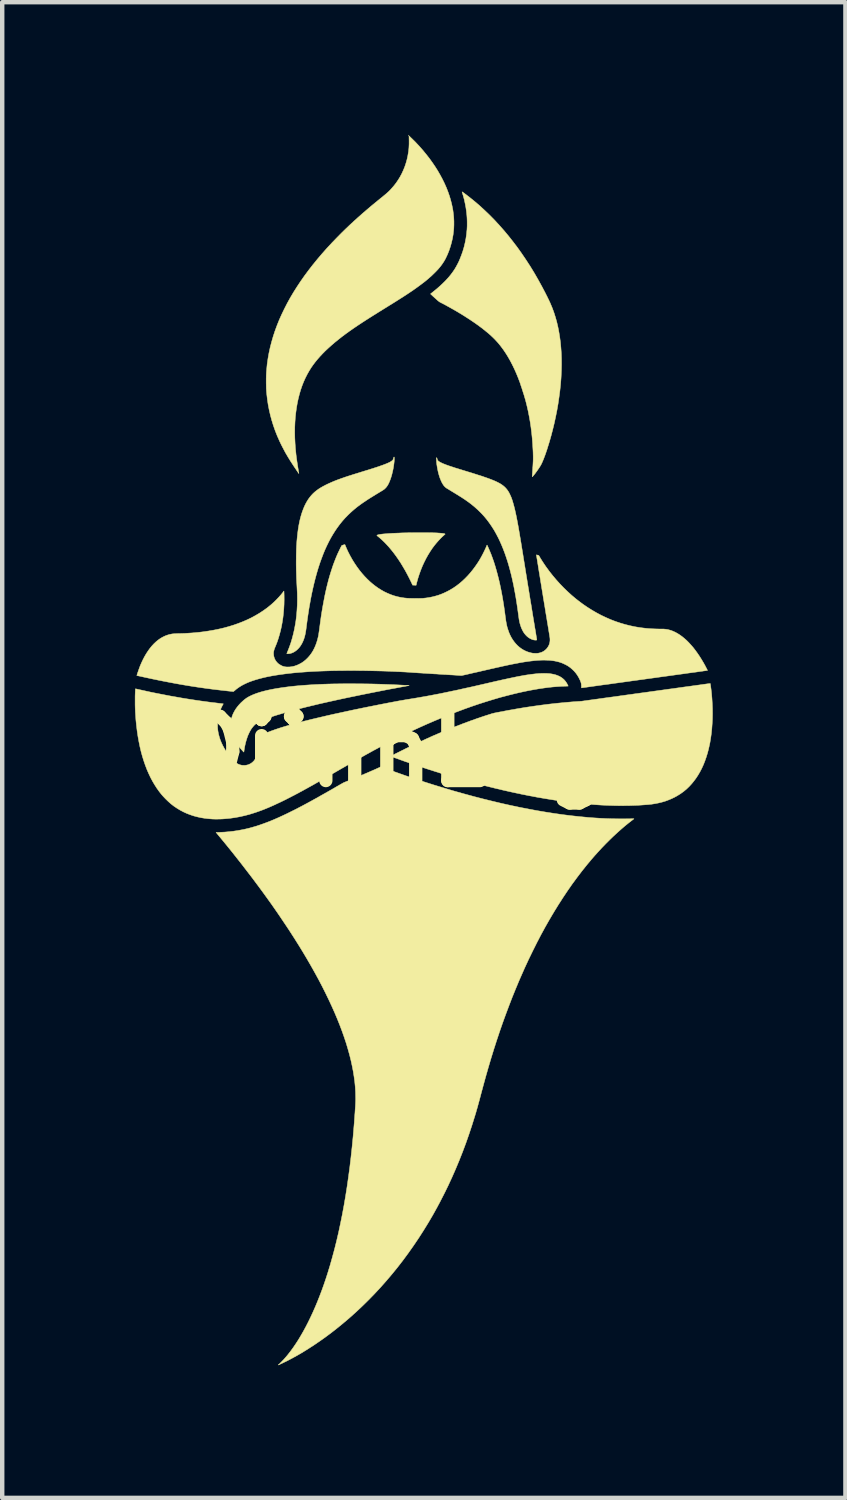
<source format=kicad_pcb>
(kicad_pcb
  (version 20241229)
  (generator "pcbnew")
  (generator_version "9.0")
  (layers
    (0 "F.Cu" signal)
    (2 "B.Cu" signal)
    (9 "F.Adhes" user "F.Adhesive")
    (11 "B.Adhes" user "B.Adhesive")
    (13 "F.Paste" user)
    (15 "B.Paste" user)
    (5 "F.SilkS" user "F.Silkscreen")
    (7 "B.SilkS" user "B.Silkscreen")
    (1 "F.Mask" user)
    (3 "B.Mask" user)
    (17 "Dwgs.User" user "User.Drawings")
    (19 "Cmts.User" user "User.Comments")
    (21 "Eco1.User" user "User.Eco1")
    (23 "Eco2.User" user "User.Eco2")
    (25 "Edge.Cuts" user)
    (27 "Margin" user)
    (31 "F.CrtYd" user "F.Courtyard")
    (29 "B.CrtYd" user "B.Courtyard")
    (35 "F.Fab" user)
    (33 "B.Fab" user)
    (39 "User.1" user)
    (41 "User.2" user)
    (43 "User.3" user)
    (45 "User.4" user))
  (footprint "DjinnLogo"
    (layer "F.Cu")
    (at 6.531 13.91)
    (property "Reference" "DjinnLogo" (at 0 0 0) (layer "F.SilkS") (effects (font (size 1.524 1.524) (thickness 0.3))))
    (attr through_hole)
    (fp_poly (pts (xy -0.337 -13.903) (xy -0.337 -13.903) (xy -0.336 -13.897) (xy -0.336 -13.895) (xy -0.336 -13.892) (xy -0.338 -13.892) (xy -0.341 -13.894) (xy -0.341 -13.897) (xy -0.34 -13.902) (xy -0.338 -13.905) (xy -0.337 -13.903)) (stroke (width 0.01) (type solid)) (fill yes) (layer "F.SilkS"))
    (fp_poly (pts (xy -0.049 -4.915) (xy -0.01 -4.915) (xy 0.028 -4.915) (xy 0.065 -4.915) (xy 0.1 -4.915) (xy 0.133 -4.914) (xy 0.164 -4.914) (xy 0.191 -4.914) (xy 0.216 -4.913) (xy 0.237 -4.913) (xy 0.253 -4.912) (xy 0.262 -4.912) (xy 0.305 -4.91) (xy 0.343 -4.907) (xy 0.376 -4.905) (xy 0.405 -4.902) (xy 0.429 -4.9) (xy 0.448 -4.897) (xy 0.464 -4.894) (xy 0.474 -4.891) (xy 0.481 -4.887) (xy 0.482 -4.886) (xy 0.484 -4.883) (xy 0.482 -4.88) (xy 0.478 -4.877) (xy 0.447 -4.849) (xy 0.413 -4.818) (xy 0.379 -4.784) (xy 0.345 -4.748) (xy 0.311 -4.71) (xy 0.279 -4.673) (xy 0.248 -4.635) (xy 0.246 -4.633) (xy 0.193 -4.562) (xy 0.143 -4.487) (xy 0.095 -4.409) (xy 0.05 -4.328) (xy 0.008 -4.244) (xy -0.032 -4.157) (xy -0.068 -4.067) (xy -0.101 -3.976) (xy -0.131 -3.883) (xy -0.157 -3.789) (xy -0.162 -3.769) (xy -0.172 -3.727) (xy -0.183 -3.727) (xy -0.189 -3.728) (xy -0.199 -3.728) (xy -0.211 -3.729) (xy -0.223 -3.729) (xy -0.252 -3.73) (xy -0.276 -3.783) (xy -0.322 -3.877) (xy -0.37 -3.97) (xy -0.419 -4.061) (xy -0.471 -4.149) (xy -0.523 -4.235) (xy -0.577 -4.317) (xy -0.632 -4.395) (xy -0.688 -4.47) (xy -0.732 -4.525) (xy -0.781 -4.584) (xy -0.832 -4.64) (xy -0.883 -4.694) (xy -0.935 -4.744) (xy -0.987 -4.791) (xy -1.031 -4.828) (xy -1.044 -4.838) (xy -1.053 -4.847) (xy -1.058 -4.852) (xy -1.06 -4.855) (xy -1.06 -4.855) (xy -1.056 -4.859) (xy -1.048 -4.863) (xy -1.035 -4.867) (xy -1.019 -4.871) (xy -1 -4.875) (xy -0.977 -4.879) (xy -0.955 -4.882) (xy -0.929 -4.885) (xy -0.9 -4.888) (xy -0.869 -4.89) (xy -0.835 -4.893) (xy -0.798 -4.896) (xy -0.758 -4.898) (xy -0.715 -4.901) (xy -0.668 -4.903) (xy -0.617 -4.905) (xy -0.563 -4.907) (xy -0.504 -4.91) (xy -0.44 -4.912) (xy -0.438 -4.912) (xy -0.42 -4.912) (xy -0.398 -4.913) (xy -0.372 -4.913) (xy -0.343 -4.914) (xy -0.312 -4.914) (xy -0.278 -4.914) (xy -0.242 -4.915) (xy -0.205 -4.915) (xy -0.167 -4.915) (xy -0.127 -4.915) (xy -0.088 -4.915) (xy -0.049 -4.915)) (stroke (width 0.01) (type solid)) (fill yes) (layer "F.SilkS"))
    (fp_poly (pts (xy -1.562 -1.499) (xy -1.481 -1.498) (xy -1.403 -1.498) (xy -1.327 -1.497) (xy -1.253 -1.496) (xy -1.181 -1.495) (xy -1.108 -1.493) (xy -1.035 -1.491) (xy -0.961 -1.489) (xy -0.886 -1.486) (xy -0.807 -1.483) (xy -0.725 -1.48) (xy -0.667 -1.478) (xy -0.639 -1.476) (xy -0.61 -1.475) (xy -0.581 -1.474) (xy -0.551 -1.472) (xy -0.522 -1.471) (xy -0.493 -1.469) (xy -0.466 -1.468) (xy -0.44 -1.466) (xy -0.415 -1.465) (xy -0.393 -1.464) (xy -0.374 -1.463) (xy -0.357 -1.462) (xy -0.344 -1.461) (xy -0.335 -1.46) (xy -0.329 -1.459) (xy -0.328 -1.459) (xy -0.331 -1.459) (xy -0.337 -1.457) (xy -0.347 -1.455) (xy -0.36 -1.453) (xy -0.376 -1.45) (xy -0.394 -1.447) (xy -0.414 -1.443) (xy -0.423 -1.441) (xy -0.53 -1.422) (xy -0.639 -1.401) (xy -0.749 -1.381) (xy -0.859 -1.36) (xy -0.97 -1.338) (xy -1.082 -1.316) (xy -1.193 -1.294) (xy -1.303 -1.272) (xy -1.413 -1.25) (xy -1.522 -1.227) (xy -1.629 -1.205) (xy -1.735 -1.183) (xy -1.839 -1.161) (xy -1.94 -1.139) (xy -2.039 -1.117) (xy -2.135 -1.096) (xy -2.228 -1.075) (xy -2.317 -1.055) (xy -2.403 -1.035) (xy -2.484 -1.015) (xy -2.549 -1) (xy -2.583 -0.991) (xy -2.613 -0.984) (xy -2.64 -0.978) (xy -2.663 -0.972) (xy -2.683 -0.967) (xy -2.702 -0.962) (xy -2.718 -0.958) (xy -2.734 -0.954) (xy -2.749 -0.95) (xy -2.764 -0.947) (xy -2.779 -0.943) (xy -2.795 -0.939) (xy -2.805 -0.936) (xy -2.898 -0.912) (xy -2.988 -0.888) (xy -3.072 -0.864) (xy -3.153 -0.842) (xy -3.228 -0.819) (xy -3.3 -0.798) (xy -3.367 -0.777) (xy -3.43 -0.756) (xy -3.49 -0.735) (xy -3.545 -0.715) (xy -3.596 -0.696) (xy -3.644 -0.677) (xy -3.687 -0.658) (xy -3.701 -0.652) (xy -3.714 -0.646) (xy -3.727 -0.639) (xy -3.738 -0.633) (xy -3.746 -0.629) (xy -3.777 -0.608) (xy -3.808 -0.583) (xy -3.838 -0.555) (xy -3.866 -0.522) (xy -3.893 -0.487) (xy -3.909 -0.462) (xy -3.917 -0.448) (xy -3.927 -0.43) (xy -3.937 -0.411) (xy -3.948 -0.39) (xy -3.958 -0.368) (xy -3.967 -0.348) (xy -3.975 -0.33) (xy -3.978 -0.324) (xy -3.995 -0.275) (xy -4.012 -0.223) (xy -4.027 -0.169) (xy -4.04 -0.114) (xy -4.051 -0.06) (xy -4.059 -0.007) (xy -4.062 0.01) (xy -4.063 0.023) (xy -4.065 0.032) (xy -4.066 0.038) (xy -4.066 0.042) (xy -4.067 0.044) (xy -4.068 0.045) (xy -4.069 0.045) (xy -4.069 0.045) (xy -4.071 0.043) (xy -4.076 0.039) (xy -4.082 0.032) (xy -4.091 0.023) (xy -4.097 0.017) (xy -4.144 -0.037) (xy -4.187 -0.091) (xy -4.226 -0.147) (xy -4.26 -0.203) (xy -4.289 -0.26) (xy -4.314 -0.317) (xy -4.326 -0.352) (xy -4.343 -0.408) (xy -4.355 -0.463) (xy -4.362 -0.517) (xy -4.364 -0.571) (xy -4.362 -0.624) (xy -4.355 -0.677) (xy -4.343 -0.729) (xy -4.327 -0.78) (xy -4.306 -0.83) (xy -4.28 -0.88) (xy -4.25 -0.929) (xy -4.215 -0.977) (xy -4.176 -1.024) (xy -4.132 -1.071) (xy -4.088 -1.111) (xy -4.062 -1.134) (xy -4.036 -1.154) (xy -4.011 -1.173) (xy -3.985 -1.189) (xy -3.956 -1.206) (xy -3.924 -1.222) (xy -3.921 -1.224) (xy -3.871 -1.247) (xy -3.817 -1.269) (xy -3.758 -1.29) (xy -3.695 -1.31) (xy -3.627 -1.329) (xy -3.555 -1.347) (xy -3.478 -1.364) (xy -3.397 -1.38) (xy -3.312 -1.395) (xy -3.222 -1.409) (xy -3.128 -1.422) (xy -3.03 -1.435) (xy -2.928 -1.446) (xy -2.821 -1.456) (xy -2.711 -1.465) (xy -2.596 -1.473) (xy -2.477 -1.48) (xy -2.355 -1.486) (xy -2.348 -1.486) (xy -2.3 -1.488) (xy -2.255 -1.49) (xy -2.212 -1.491) (xy -2.169 -1.493) (xy -2.128 -1.494) (xy -2.086 -1.495) (xy -2.044 -1.496) (xy -2.002 -1.497) (xy -1.958 -1.497) (xy -1.912 -1.498) (xy -1.864 -1.498) (xy -1.813 -1.499) (xy -1.759 -1.499) (xy -1.701 -1.499) (xy -1.647 -1.499) (xy -1.562 -1.499)) (stroke (width 0.01) (type solid)) (fill yes) (layer "F.SilkS"))
    (fp_poly (pts (xy 6.479 -1.503) (xy 6.48 -1.496) (xy 6.482 -1.485) (xy 6.484 -1.471) (xy 6.487 -1.454) (xy 6.489 -1.436) (xy 6.492 -1.415) (xy 6.495 -1.394) (xy 6.498 -1.372) (xy 6.5 -1.35) (xy 6.503 -1.328) (xy 6.505 -1.307) (xy 6.507 -1.293) (xy 6.517 -1.173) (xy 6.524 -1.054) (xy 6.529 -0.936) (xy 6.53 -0.819) (xy 6.528 -0.704) (xy 6.522 -0.591) (xy 6.514 -0.48) (xy 6.503 -0.371) (xy 6.488 -0.265) (xy 6.471 -0.163) (xy 6.463 -0.125) (xy 6.441 -0.026) (xy 6.416 0.069) (xy 6.388 0.16) (xy 6.357 0.248) (xy 6.324 0.332) (xy 6.287 0.413) (xy 6.247 0.49) (xy 6.204 0.564) (xy 6.159 0.633) (xy 6.11 0.699) (xy 6.059 0.762) (xy 6.005 0.821) (xy 5.948 0.876) (xy 5.888 0.927) (xy 5.855 0.952) (xy 5.797 0.993) (xy 5.735 1.031) (xy 5.671 1.067) (xy 5.604 1.099) (xy 5.535 1.128) (xy 5.465 1.154) (xy 5.465 1.154) (xy 5.391 1.176) (xy 5.314 1.195) (xy 5.234 1.211) (xy 5.152 1.224) (xy 5.076 1.232) (xy 4.997 1.238) (xy 4.913 1.244) (xy 4.826 1.249) (xy 4.737 1.252) (xy 4.646 1.255) (xy 4.553 1.256) (xy 4.461 1.257) (xy 4.368 1.256) (xy 4.344 1.256) (xy 4.183 1.251) (xy 4.019 1.244) (xy 3.851 1.233) (xy 3.68 1.219) (xy 3.506 1.202) (xy 3.328 1.182) (xy 3.148 1.158) (xy 2.964 1.132) (xy 2.778 1.102) (xy 2.588 1.07) (xy 2.396 1.034) (xy 2.201 0.995) (xy 2.004 0.953) (xy 1.803 0.908) (xy 1.601 0.86) (xy 1.396 0.809) (xy 1.188 0.755) (xy 0.978 0.698) (xy 0.939 0.687) (xy 0.669 0.609) (xy 0.398 0.528) (xy 0.126 0.442) (xy -0.146 0.353) (xy -0.416 0.26) (xy -0.665 0.171) (xy -0.684 0.164) (xy -0.701 0.158) (xy -0.716 0.152) (xy -0.728 0.147) (xy -0.737 0.144) (xy -0.743 0.141) (xy -0.745 0.14) (xy -0.743 0.139) (xy -0.737 0.135) (xy -0.727 0.13) (xy -0.714 0.122) (xy -0.697 0.114) (xy -0.677 0.103) (xy -0.654 0.091) (xy -0.629 0.078) (xy -0.601 0.064) (xy -0.57 0.049) (xy -0.538 0.033) (xy -0.504 0.016) (xy -0.485 0.006) (xy -0.314 -0.079) (xy -0.141 -0.161) (xy 0.032 -0.241) (xy 0.204 -0.319) (xy 0.377 -0.393) (xy 0.548 -0.465) (xy 0.719 -0.533) (xy 0.889 -0.598) (xy 1.056 -0.66) (xy 1.222 -0.719) (xy 1.386 -0.774) (xy 1.5 -0.81) (xy 1.516 -0.815) (xy 1.53 -0.82) (xy 1.544 -0.824) (xy 1.558 -0.828) (xy 1.572 -0.831) (xy 1.587 -0.835) (xy 1.603 -0.839) (xy 1.622 -0.842) (xy 1.643 -0.847) (xy 1.667 -0.852) (xy 1.696 -0.857) (xy 1.712 -0.86) (xy 1.905 -0.897) (xy 2.097 -0.931) (xy 2.288 -0.963) (xy 2.476 -0.991) (xy 2.663 -1.017) (xy 2.846 -1.04) (xy 3.027 -1.06) (xy 3.205 -1.077) (xy 3.38 -1.092) (xy 3.486 -1.099) (xy 3.505 -1.1) (xy 3.522 -1.101) (xy 3.538 -1.103) (xy 3.551 -1.104) (xy 3.561 -1.104) (xy 3.568 -1.105) (xy 3.569 -1.105) (xy 3.572 -1.105) (xy 3.58 -1.106) (xy 3.592 -1.108) (xy 3.608 -1.11) (xy 3.628 -1.113) (xy 3.652 -1.116) (xy 3.679 -1.12) (xy 3.709 -1.124) (xy 3.742 -1.129) (xy 3.779 -1.134) (xy 3.818 -1.139) (xy 3.859 -1.145) (xy 3.903 -1.151) (xy 3.949 -1.157) (xy 3.996 -1.164) (xy 4.046 -1.171) (xy 4.096 -1.178) (xy 4.148 -1.185) (xy 4.164 -1.187) (xy 4.244 -1.198) (xy 4.319 -1.208) (xy 4.391 -1.218) (xy 4.458 -1.228) (xy 4.522 -1.236) (xy 4.583 -1.245) (xy 4.64 -1.253) (xy 4.695 -1.26) (xy 4.748 -1.268) (xy 4.798 -1.275) (xy 4.846 -1.281) (xy 4.893 -1.288) (xy 4.939 -1.294) (xy 4.983 -1.3) (xy 5.026 -1.306) (xy 5.07 -1.312) (xy 5.112 -1.318) (xy 5.155 -1.324) (xy 5.199 -1.33) (xy 5.243 -1.336) (xy 5.287 -1.342) (xy 5.333 -1.349) (xy 5.381 -1.355) (xy 5.43 -1.362) (xy 5.481 -1.369) (xy 5.535 -1.377) (xy 5.591 -1.384) (xy 5.65 -1.392) (xy 5.713 -1.401) (xy 5.778 -1.41) (xy 5.828 -1.417) (xy 5.883 -1.425) (xy 5.936 -1.432) (xy 5.989 -1.439) (xy 6.039 -1.446) (xy 6.088 -1.453) (xy 6.135 -1.459) (xy 6.18 -1.466) (xy 6.222 -1.471) (xy 6.262 -1.477) (xy 6.299 -1.482) (xy 6.333 -1.487) (xy 6.364 -1.491) (xy 6.392 -1.495) (xy 6.416 -1.498) (xy 6.437 -1.501) (xy 6.453 -1.503) (xy 6.466 -1.504) (xy 6.474 -1.505) (xy 6.478 -1.506) (xy 6.478 -1.506) (xy 6.479 -1.503)) (stroke (width 0.01) (type solid)) (fill yes) (layer "F.SilkS"))
    (fp_poly (pts (xy 0.295 -6.609) (xy 0.298 -6.602) (xy 0.302 -6.59) (xy 0.306 -6.579) (xy 0.309 -6.567) (xy 0.312 -6.559) (xy 0.316 -6.552) (xy 0.321 -6.546) (xy 0.322 -6.544) (xy 0.333 -6.534) (xy 0.347 -6.524) (xy 0.365 -6.512) (xy 0.387 -6.501) (xy 0.413 -6.488) (xy 0.442 -6.475) (xy 0.476 -6.462) (xy 0.514 -6.447) (xy 0.556 -6.432) (xy 0.603 -6.416) (xy 0.641 -6.404) (xy 0.656 -6.399) (xy 0.672 -6.393) (xy 0.689 -6.388) (xy 0.706 -6.382) (xy 0.726 -6.376) (xy 0.747 -6.37) (xy 0.77 -6.363) (xy 0.795 -6.355) (xy 0.823 -6.346) (xy 0.854 -6.337) (xy 0.888 -6.326) (xy 0.925 -6.315) (xy 0.967 -6.302) (xy 1.013 -6.288) (xy 1.027 -6.284) (xy 1.098 -6.262) (xy 1.164 -6.241) (xy 1.226 -6.221) (xy 1.284 -6.203) (xy 1.339 -6.185) (xy 1.389 -6.167) (xy 1.436 -6.151) (xy 1.48 -6.135) (xy 1.52 -6.12) (xy 1.558 -6.105) (xy 1.592 -6.091) (xy 1.624 -6.077) (xy 1.654 -6.063) (xy 1.681 -6.049) (xy 1.707 -6.036) (xy 1.73 -6.023) (xy 1.751 -6.009) (xy 1.771 -5.996) (xy 1.79 -5.982) (xy 1.793 -5.98) (xy 1.815 -5.962) (xy 1.837 -5.942) (xy 1.857 -5.921) (xy 1.877 -5.898) (xy 1.895 -5.874) (xy 1.913 -5.847) (xy 1.93 -5.818) (xy 1.946 -5.786) (xy 1.962 -5.752) (xy 1.978 -5.715) (xy 1.993 -5.675) (xy 2.007 -5.632) (xy 2.021 -5.585) (xy 2.035 -5.535) (xy 2.049 -5.482) (xy 2.063 -5.424) (xy 2.077 -5.362) (xy 2.091 -5.296) (xy 2.105 -5.226) (xy 2.115 -5.174) (xy 2.119 -5.15) (xy 2.124 -5.126) (xy 2.128 -5.103) (xy 2.133 -5.078) (xy 2.137 -5.054) (xy 2.142 -5.029) (xy 2.146 -5.002) (xy 2.151 -4.975) (xy 2.156 -4.946) (xy 2.161 -4.916) (xy 2.167 -4.884) (xy 2.172 -4.85) (xy 2.178 -4.814) (xy 2.185 -4.776) (xy 2.191 -4.735) (xy 2.199 -4.692) (xy 2.206 -4.645) (xy 2.214 -4.596) (xy 2.223 -4.543) (xy 2.232 -4.486) (xy 2.242 -4.426) (xy 2.252 -4.362) (xy 2.263 -4.294) (xy 2.275 -4.222) (xy 2.285 -4.16) (xy 2.307 -4.021) (xy 2.329 -3.887) (xy 2.35 -3.756) (xy 2.371 -3.63) (xy 2.391 -3.507) (xy 2.41 -3.388) (xy 2.43 -3.271) (xy 2.448 -3.158) (xy 2.466 -3.047) (xy 2.484 -2.938) (xy 2.502 -2.832) (xy 2.512 -2.769) (xy 2.518 -2.735) (xy 2.524 -2.702) (xy 2.529 -2.67) (xy 2.534 -2.641) (xy 2.538 -2.613) (xy 2.542 -2.588) (xy 2.546 -2.565) (xy 2.549 -2.546) (xy 2.552 -2.529) (xy 2.554 -2.517) (xy 2.555 -2.509) (xy 2.556 -2.505) (xy 2.556 -2.497) (xy 2.556 -2.492) (xy 2.555 -2.49) (xy 2.552 -2.488) (xy 2.551 -2.488) (xy 2.543 -2.486) (xy 2.532 -2.486) (xy 2.519 -2.486) (xy 2.505 -2.488) (xy 2.495 -2.489) (xy 2.469 -2.495) (xy 2.442 -2.505) (xy 2.415 -2.517) (xy 2.389 -2.532) (xy 2.364 -2.549) (xy 2.363 -2.549) (xy 2.33 -2.577) (xy 2.3 -2.608) (xy 2.272 -2.643) (xy 2.247 -2.682) (xy 2.225 -2.725) (xy 2.204 -2.772) (xy 2.187 -2.823) (xy 2.174 -2.866) (xy 2.17 -2.883) (xy 2.167 -2.899) (xy 2.163 -2.915) (xy 2.16 -2.932) (xy 2.156 -2.951) (xy 2.153 -2.972) (xy 2.15 -2.996) (xy 2.146 -3.023) (xy 2.142 -3.055) (xy 2.141 -3.06) (xy 2.122 -3.199) (xy 2.102 -3.334) (xy 2.081 -3.465) (xy 2.058 -3.591) (xy 2.035 -3.713) (xy 2.01 -3.83) (xy 1.984 -3.944) (xy 1.956 -4.054) (xy 1.927 -4.16) (xy 1.897 -4.262) (xy 1.865 -4.36) (xy 1.832 -4.455) (xy 1.797 -4.547) (xy 1.761 -4.635) (xy 1.724 -4.719) (xy 1.685 -4.801) (xy 1.644 -4.879) (xy 1.602 -4.955) (xy 1.589 -4.977) (xy 1.536 -5.06) (xy 1.481 -5.14) (xy 1.423 -5.217) (xy 1.362 -5.29) (xy 1.297 -5.36) (xy 1.228 -5.428) (xy 1.156 -5.493) (xy 1.08 -5.556) (xy 1.031 -5.593) (xy 1.01 -5.609) (xy 0.988 -5.624) (xy 0.966 -5.64) (xy 0.943 -5.656) (xy 0.92 -5.672) (xy 0.895 -5.688) (xy 0.868 -5.706) (xy 0.84 -5.724) (xy 0.809 -5.743) (xy 0.776 -5.764) (xy 0.74 -5.786) (xy 0.701 -5.81) (xy 0.658 -5.836) (xy 0.614 -5.863) (xy 0.589 -5.878) (xy 0.569 -5.891) (xy 0.552 -5.901) (xy 0.537 -5.91) (xy 0.525 -5.917) (xy 0.516 -5.923) (xy 0.508 -5.928) (xy 0.502 -5.933) (xy 0.496 -5.937) (xy 0.492 -5.941) (xy 0.488 -5.945) (xy 0.483 -5.949) (xy 0.479 -5.953) (xy 0.458 -5.975) (xy 0.439 -6.002) (xy 0.42 -6.033) (xy 0.402 -6.067) (xy 0.385 -6.106) (xy 0.368 -6.148) (xy 0.353 -6.192) (xy 0.339 -6.24) (xy 0.326 -6.29) (xy 0.315 -6.343) (xy 0.305 -6.397) (xy 0.296 -6.454) (xy 0.292 -6.488) (xy 0.29 -6.505) (xy 0.289 -6.522) (xy 0.288 -6.54) (xy 0.287 -6.558) (xy 0.286 -6.574) (xy 0.286 -6.588) (xy 0.287 -6.599) (xy 0.287 -6.607) (xy 0.289 -6.611) (xy 0.289 -6.611) (xy 0.292 -6.612) (xy 0.295 -6.609)) (stroke (width 0.01) (type solid)) (fill yes) (layer "F.SilkS"))
    (fp_poly (pts (xy -0.669 -6.626) (xy -0.667 -6.622) (xy -0.666 -6.614) (xy -0.665 -6.603) (xy -0.665 -6.587) (xy -0.665 -6.567) (xy -0.665 -6.566) (xy -0.668 -6.522) (xy -0.673 -6.476) (xy -0.68 -6.426) (xy -0.688 -6.376) (xy -0.698 -6.325) (xy -0.71 -6.274) (xy -0.722 -6.224) (xy -0.736 -6.177) (xy -0.744 -6.152) (xy -0.759 -6.11) (xy -0.774 -6.072) (xy -0.789 -6.038) (xy -0.804 -6.008) (xy -0.82 -5.981) (xy -0.837 -5.956) (xy -0.855 -5.934) (xy -0.87 -5.919) (xy -0.877 -5.912) (xy -0.884 -5.905) (xy -0.891 -5.9) (xy -0.897 -5.894) (xy -0.905 -5.889) (xy -0.915 -5.882) (xy -0.926 -5.875) (xy -0.94 -5.866) (xy -0.958 -5.855) (xy -0.959 -5.855) (xy -0.998 -5.831) (xy -1.034 -5.809) (xy -1.066 -5.79) (xy -1.095 -5.772) (xy -1.12 -5.756) (xy -1.144 -5.742) (xy -1.164 -5.729) (xy -1.183 -5.718) (xy -1.2 -5.707) (xy -1.215 -5.698) (xy -1.229 -5.689) (xy -1.242 -5.68) (xy -1.255 -5.673) (xy -1.267 -5.665) (xy -1.278 -5.657) (xy -1.29 -5.649) (xy -1.303 -5.641) (xy -1.315 -5.632) (xy -1.323 -5.627) (xy -1.38 -5.589) (xy -1.432 -5.552) (xy -1.482 -5.515) (xy -1.529 -5.479) (xy -1.573 -5.442) (xy -1.616 -5.405) (xy -1.659 -5.366) (xy -1.701 -5.326) (xy -1.719 -5.308) (xy -1.748 -5.278) (xy -1.775 -5.251) (xy -1.799 -5.224) (xy -1.823 -5.197) (xy -1.847 -5.169) (xy -1.852 -5.163) (xy -1.906 -5.095) (xy -1.959 -5.023) (xy -2.009 -4.949) (xy -2.058 -4.871) (xy -2.105 -4.79) (xy -2.15 -4.705) (xy -2.193 -4.617) (xy -2.235 -4.525) (xy -2.274 -4.43) (xy -2.312 -4.33) (xy -2.349 -4.227) (xy -2.384 -4.12) (xy -2.417 -4.009) (xy -2.449 -3.894) (xy -2.479 -3.774) (xy -2.508 -3.65) (xy -2.528 -3.558) (xy -2.544 -3.48) (xy -2.56 -3.397) (xy -2.575 -3.311) (xy -2.591 -3.223) (xy -2.605 -3.133) (xy -2.619 -3.042) (xy -2.632 -2.952) (xy -2.644 -2.862) (xy -2.653 -2.793) (xy -2.659 -2.745) (xy -2.665 -2.702) (xy -2.672 -2.663) (xy -2.678 -2.627) (xy -2.686 -2.593) (xy -2.694 -2.562) (xy -2.703 -2.532) (xy -2.713 -2.503) (xy -2.724 -2.475) (xy -2.736 -2.447) (xy -2.736 -2.446) (xy -2.758 -2.403) (xy -2.782 -2.363) (xy -2.808 -2.327) (xy -2.837 -2.294) (xy -2.868 -2.264) (xy -2.9 -2.239) (xy -2.934 -2.217) (xy -2.969 -2.2) (xy -3.006 -2.187) (xy -3.014 -2.185) (xy -3.027 -2.182) (xy -3.041 -2.18) (xy -3.055 -2.178) (xy -3.069 -2.178) (xy -3.08 -2.178) (xy -3.089 -2.178) (xy -3.091 -2.179) (xy -3.095 -2.181) (xy -3.096 -2.184) (xy -3.095 -2.187) (xy -3.092 -2.194) (xy -3.088 -2.204) (xy -3.083 -2.216) (xy -3.078 -2.23) (xy -3.075 -2.235) (xy -3.038 -2.329) (xy -3.004 -2.426) (xy -2.974 -2.527) (xy -2.947 -2.63) (xy -2.923 -2.737) (xy -2.903 -2.846) (xy -2.891 -2.92) (xy -2.876 -3.041) (xy -2.866 -3.164) (xy -2.859 -3.289) (xy -2.857 -3.415) (xy -2.859 -3.544) (xy -2.864 -3.65) (xy -2.868 -3.728) (xy -2.872 -3.803) (xy -2.876 -3.874) (xy -2.878 -3.942) (xy -2.88 -4.008) (xy -2.882 -4.072) (xy -2.883 -4.136) (xy -2.884 -4.199) (xy -2.884 -4.263) (xy -2.883 -4.327) (xy -2.883 -4.33) (xy -2.883 -4.38) (xy -2.882 -4.425) (xy -2.881 -4.468) (xy -2.88 -4.507) (xy -2.879 -4.545) (xy -2.877 -4.581) (xy -2.876 -4.617) (xy -2.873 -4.652) (xy -2.871 -4.689) (xy -2.869 -4.719) (xy -2.86 -4.817) (xy -2.85 -4.91) (xy -2.838 -4.999) (xy -2.824 -5.084) (xy -2.808 -5.165) (xy -2.79 -5.242) (xy -2.77 -5.314) (xy -2.748 -5.383) (xy -2.724 -5.448) (xy -2.699 -5.509) (xy -2.671 -5.567) (xy -2.641 -5.621) (xy -2.61 -5.671) (xy -2.576 -5.717) (xy -2.54 -5.761) (xy -2.536 -5.765) (xy -2.502 -5.801) (xy -2.465 -5.835) (xy -2.425 -5.867) (xy -2.382 -5.899) (xy -2.335 -5.929) (xy -2.285 -5.958) (xy -2.23 -5.987) (xy -2.197 -6.004) (xy -2.167 -6.018) (xy -2.139 -6.031) (xy -2.11 -6.044) (xy -2.082 -6.056) (xy -2.053 -6.069) (xy -2.024 -6.081) (xy -1.994 -6.093) (xy -1.963 -6.105) (xy -1.931 -6.117) (xy -1.897 -6.129) (xy -1.862 -6.142) (xy -1.824 -6.155) (xy -1.785 -6.169) (xy -1.742 -6.183) (xy -1.697 -6.198) (xy -1.648 -6.213) (xy -1.597 -6.23) (xy -1.541 -6.247) (xy -1.482 -6.265) (xy -1.419 -6.285) (xy -1.373 -6.299) (xy -1.312 -6.318) (xy -1.255 -6.335) (xy -1.202 -6.352) (xy -1.153 -6.367) (xy -1.108 -6.382) (xy -1.067 -6.395) (xy -1.028 -6.408) (xy -0.993 -6.42) (xy -0.96 -6.432) (xy -0.93 -6.442) (xy -0.902 -6.453) (xy -0.877 -6.462) (xy -0.853 -6.472) (xy -0.831 -6.481) (xy -0.81 -6.49) (xy -0.792 -6.498) (xy -0.767 -6.51) (xy -0.745 -6.523) (xy -0.726 -6.536) (xy -0.711 -6.548) (xy -0.7 -6.559) (xy -0.693 -6.57) (xy -0.691 -6.576) (xy -0.687 -6.59) (xy -0.683 -6.603) (xy -0.679 -6.614) (xy -0.676 -6.622) (xy -0.673 -6.627) (xy -0.671 -6.627) (xy -0.669 -6.626)) (stroke (width 0.01) (type solid)) (fill yes) (layer "F.SilkS"))
    (fp_poly (pts (xy 0.87 -12.622) (xy 0.875 -12.619) (xy 0.884 -12.613) (xy 0.896 -12.605) (xy 0.91 -12.595) (xy 0.926 -12.583) (xy 0.944 -12.569) (xy 0.963 -12.555) (xy 0.984 -12.539) (xy 1.005 -12.522) (xy 1.027 -12.506) (xy 1.049 -12.488) (xy 1.07 -12.471) (xy 1.092 -12.454) (xy 1.112 -12.438) (xy 1.131 -12.422) (xy 1.145 -12.411) (xy 1.262 -12.311) (xy 1.376 -12.206) (xy 1.489 -12.098) (xy 1.6 -11.985) (xy 1.708 -11.868) (xy 1.815 -11.747) (xy 1.919 -11.622) (xy 2.021 -11.493) (xy 2.121 -11.361) (xy 2.218 -11.224) (xy 2.313 -11.084) (xy 2.406 -10.941) (xy 2.496 -10.794) (xy 2.583 -10.643) (xy 2.668 -10.489) (xy 2.685 -10.457) (xy 2.706 -10.417) (xy 2.727 -10.377) (xy 2.748 -10.337) (xy 2.768 -10.297) (xy 2.788 -10.258) (xy 2.806 -10.22) (xy 2.824 -10.184) (xy 2.84 -10.15) (xy 2.854 -10.12) (xy 2.866 -10.093) (xy 2.867 -10.09) (xy 2.908 -9.992) (xy 2.945 -9.891) (xy 2.978 -9.787) (xy 3.008 -9.68) (xy 3.034 -9.57) (xy 3.056 -9.457) (xy 3.075 -9.341) (xy 3.091 -9.222) (xy 3.102 -9.1) (xy 3.111 -8.975) (xy 3.115 -8.847) (xy 3.116 -8.716) (xy 3.113 -8.582) (xy 3.107 -8.445) (xy 3.104 -8.394) (xy 3.093 -8.256) (xy 3.078 -8.116) (xy 3.059 -7.974) (xy 3.038 -7.83) (xy 3.013 -7.686) (xy 2.984 -7.541) (xy 2.953 -7.397) (xy 2.918 -7.253) (xy 2.881 -7.111) (xy 2.841 -6.97) (xy 2.798 -6.832) (xy 2.787 -6.796) (xy 2.767 -6.737) (xy 2.748 -6.682) (xy 2.729 -6.632) (xy 2.712 -6.586) (xy 2.695 -6.545) (xy 2.679 -6.508) (xy 2.664 -6.475) (xy 2.65 -6.448) (xy 2.64 -6.431) (xy 2.628 -6.411) (xy 2.615 -6.391) (xy 2.601 -6.369) (xy 2.586 -6.348) (xy 2.571 -6.326) (xy 2.556 -6.304) (xy 2.54 -6.283) (xy 2.526 -6.263) (xy 2.512 -6.245) (xy 2.498 -6.228) (xy 2.487 -6.213) (xy 2.476 -6.201) (xy 2.467 -6.191) (xy 2.461 -6.185) (xy 2.456 -6.182) (xy 2.455 -6.181) (xy 2.454 -6.182) (xy 2.453 -6.185) (xy 2.453 -6.191) (xy 2.453 -6.201) (xy 2.453 -6.206) (xy 2.454 -6.217) (xy 2.455 -6.233) (xy 2.456 -6.252) (xy 2.458 -6.273) (xy 2.459 -6.296) (xy 2.461 -6.32) (xy 2.462 -6.344) (xy 2.464 -6.367) (xy 2.465 -6.39) (xy 2.467 -6.41) (xy 2.468 -6.421) (xy 2.47 -6.46) (xy 2.472 -6.498) (xy 2.474 -6.535) (xy 2.475 -6.572) (xy 2.475 -6.61) (xy 2.475 -6.648) (xy 2.474 -6.688) (xy 2.473 -6.731) (xy 2.471 -6.775) (xy 2.468 -6.824) (xy 2.465 -6.875) (xy 2.463 -6.914) (xy 2.453 -7.045) (xy 2.44 -7.175) (xy 2.424 -7.303) (xy 2.405 -7.429) (xy 2.383 -7.552) (xy 2.359 -7.673) (xy 2.332 -7.791) (xy 2.303 -7.906) (xy 2.271 -8.015) (xy 2.264 -8.039) (xy 2.255 -8.066) (xy 2.246 -8.094) (xy 2.237 -8.123) (xy 2.227 -8.153) (xy 2.218 -8.183) (xy 2.208 -8.211) (xy 2.199 -8.238) (xy 2.191 -8.263) (xy 2.184 -8.285) (xy 2.178 -8.303) (xy 2.177 -8.306) (xy 2.137 -8.412) (xy 2.095 -8.515) (xy 2.051 -8.614) (xy 2.005 -8.709) (xy 1.957 -8.801) (xy 1.907 -8.889) (xy 1.855 -8.973) (xy 1.801 -9.053) (xy 1.745 -9.128) (xy 1.688 -9.199) (xy 1.676 -9.213) (xy 1.634 -9.259) (xy 1.588 -9.307) (xy 1.537 -9.356) (xy 1.482 -9.406) (xy 1.422 -9.456) (xy 1.358 -9.508) (xy 1.291 -9.56) (xy 1.219 -9.613) (xy 1.144 -9.666) (xy 1.064 -9.72) (xy 0.981 -9.774) (xy 0.895 -9.829) (xy 0.805 -9.884) (xy 0.794 -9.891) (xy 0.755 -9.914) (xy 0.714 -9.938) (xy 0.672 -9.962) (xy 0.629 -9.986) (xy 0.587 -10.01) (xy 0.545 -10.033) (xy 0.504 -10.056) (xy 0.465 -10.077) (xy 0.429 -10.096) (xy 0.395 -10.113) (xy 0.38 -10.121) (xy 0.368 -10.127) (xy 0.358 -10.133) (xy 0.348 -10.139) (xy 0.338 -10.148) (xy 0.325 -10.158) (xy 0.32 -10.162) (xy 0.307 -10.173) (xy 0.293 -10.186) (xy 0.278 -10.2) (xy 0.262 -10.214) (xy 0.246 -10.228) (xy 0.23 -10.243) (xy 0.214 -10.257) (xy 0.2 -10.27) (xy 0.187 -10.283) (xy 0.175 -10.293) (xy 0.166 -10.302) (xy 0.159 -10.309) (xy 0.155 -10.313) (xy 0.154 -10.314) (xy 0.156 -10.316) (xy 0.161 -10.321) (xy 0.168 -10.327) (xy 0.178 -10.334) (xy 0.185 -10.34) (xy 0.241 -10.385) (xy 0.297 -10.431) (xy 0.351 -10.478) (xy 0.403 -10.526) (xy 0.452 -10.573) (xy 0.499 -10.62) (xy 0.542 -10.667) (xy 0.581 -10.711) (xy 0.582 -10.713) (xy 0.625 -10.767) (xy 0.664 -10.82) (xy 0.7 -10.874) (xy 0.733 -10.929) (xy 0.764 -10.987) (xy 0.794 -11.047) (xy 0.813 -11.091) (xy 0.85 -11.184) (xy 0.883 -11.277) (xy 0.911 -11.372) (xy 0.934 -11.467) (xy 0.953 -11.563) (xy 0.967 -11.66) (xy 0.977 -11.759) (xy 0.978 -11.767) (xy 0.98 -11.806) (xy 0.982 -11.849) (xy 0.982 -11.894) (xy 0.982 -11.941) (xy 0.981 -11.987) (xy 0.979 -12.033) (xy 0.976 -12.077) (xy 0.974 -12.101) (xy 0.965 -12.183) (xy 0.953 -12.267) (xy 0.937 -12.352) (xy 0.919 -12.436) (xy 0.897 -12.519) (xy 0.873 -12.6) (xy 0.873 -12.6) (xy 0.87 -12.609) (xy 0.868 -12.617) (xy 0.867 -12.622) (xy 0.867 -12.623) (xy 0.87 -12.622)) (stroke (width 0.01) (type solid)) (fill yes) (layer "F.SilkS"))
    (fp_poly (pts (xy -0.332 -13.887) (xy -0.329 -13.884) (xy -0.324 -13.879) (xy -0.315 -13.872) (xy -0.305 -13.862) (xy -0.292 -13.85) (xy -0.279 -13.837) (xy -0.264 -13.823) (xy -0.249 -13.808) (xy -0.234 -13.793) (xy -0.219 -13.779) (xy -0.205 -13.764) (xy -0.191 -13.751) (xy -0.18 -13.739) (xy -0.178 -13.737) (xy -0.095 -13.648) (xy -0.016 -13.558) (xy 0.059 -13.466) (xy 0.13 -13.375) (xy 0.197 -13.282) (xy 0.26 -13.189) (xy 0.319 -13.095) (xy 0.373 -13.001) (xy 0.424 -12.906) (xy 0.47 -12.812) (xy 0.512 -12.717) (xy 0.549 -12.622) (xy 0.582 -12.528) (xy 0.61 -12.433) (xy 0.634 -12.339) (xy 0.653 -12.246) (xy 0.66 -12.208) (xy 0.671 -12.126) (xy 0.679 -12.043) (xy 0.683 -11.959) (xy 0.683 -11.876) (xy 0.68 -11.795) (xy 0.675 -11.739) (xy 0.664 -11.648) (xy 0.648 -11.559) (xy 0.627 -11.47) (xy 0.602 -11.382) (xy 0.572 -11.294) (xy 0.538 -11.208) (xy 0.536 -11.205) (xy 0.521 -11.172) (xy 0.507 -11.142) (xy 0.494 -11.114) (xy 0.48 -11.089) (xy 0.466 -11.064) (xy 0.45 -11.038) (xy 0.435 -11.016) (xy 0.412 -10.981) (xy 0.387 -10.948) (xy 0.36 -10.914) (xy 0.332 -10.881) (xy 0.3 -10.846) (xy 0.265 -10.81) (xy 0.25 -10.795) (xy 0.213 -10.759) (xy 0.175 -10.722) (xy 0.135 -10.687) (xy 0.093 -10.651) (xy 0.05 -10.614) (xy 0.003 -10.577) (xy -0.046 -10.54) (xy -0.098 -10.501) (xy -0.153 -10.461) (xy -0.212 -10.419) (xy -0.275 -10.375) (xy -0.28 -10.372) (xy -0.304 -10.356) (xy -0.327 -10.34) (xy -0.352 -10.324) (xy -0.377 -10.307) (xy -0.403 -10.29) (xy -0.431 -10.272) (xy -0.46 -10.253) (xy -0.491 -10.233) (xy -0.523 -10.213) (xy -0.558 -10.191) (xy -0.595 -10.167) (xy -0.635 -10.142) (xy -0.678 -10.115) (xy -0.723 -10.087) (xy -0.772 -10.057) (xy -0.825 -10.024) (xy -0.881 -9.989) (xy -0.917 -9.967) (xy -0.983 -9.926) (xy -1.044 -9.888) (xy -1.101 -9.852) (xy -1.156 -9.818) (xy -1.207 -9.786) (xy -1.255 -9.755) (xy -1.301 -9.726) (xy -1.344 -9.698) (xy -1.386 -9.671) (xy -1.425 -9.645) (xy -1.463 -9.62) (xy -1.5 -9.596) (xy -1.535 -9.572) (xy -1.57 -9.548) (xy -1.579 -9.542) (xy -1.676 -9.475) (xy -1.768 -9.408) (xy -1.856 -9.342) (xy -1.939 -9.276) (xy -2.018 -9.212) (xy -2.093 -9.147) (xy -2.163 -9.084) (xy -2.23 -9.021) (xy -2.292 -8.958) (xy -2.351 -8.895) (xy -2.405 -8.833) (xy -2.456 -8.77) (xy -2.503 -8.708) (xy -2.546 -8.646) (xy -2.585 -8.583) (xy -2.59 -8.575) (xy -2.635 -8.496) (xy -2.677 -8.413) (xy -2.716 -8.326) (xy -2.751 -8.237) (xy -2.783 -8.144) (xy -2.811 -8.048) (xy -2.836 -7.95) (xy -2.858 -7.848) (xy -2.876 -7.743) (xy -2.891 -7.636) (xy -2.903 -7.526) (xy -2.911 -7.413) (xy -2.916 -7.298) (xy -2.917 -7.181) (xy -2.915 -7.061) (xy -2.909 -6.938) (xy -2.901 -6.825) (xy -2.898 -6.793) (xy -2.895 -6.762) (xy -2.892 -6.732) (xy -2.889 -6.703) (xy -2.886 -6.673) (xy -2.882 -6.644) (xy -2.878 -6.613) (xy -2.874 -6.581) (xy -2.869 -6.548) (xy -2.864 -6.512) (xy -2.858 -6.474) (xy -2.852 -6.434) (xy -2.845 -6.39) (xy -2.837 -6.342) (xy -2.829 -6.291) (xy -2.824 -6.26) (xy -2.823 -6.255) (xy -2.824 -6.253) (xy -2.824 -6.253) (xy -2.827 -6.255) (xy -2.83 -6.259) (xy -2.831 -6.26) (xy -2.833 -6.264) (xy -2.837 -6.271) (xy -2.844 -6.281) (xy -2.853 -6.294) (xy -2.863 -6.309) (xy -2.874 -6.325) (xy -2.886 -6.344) (xy -2.899 -6.362) (xy -2.932 -6.411) (xy -2.962 -6.457) (xy -2.99 -6.5) (xy -3.017 -6.541) (xy -3.041 -6.581) (xy -3.065 -6.619) (xy -3.087 -6.657) (xy -3.109 -6.694) (xy -3.131 -6.732) (xy -3.135 -6.74) (xy -3.148 -6.764) (xy -3.162 -6.791) (xy -3.177 -6.82) (xy -3.193 -6.85) (xy -3.209 -6.881) (xy -3.224 -6.911) (xy -3.238 -6.94) (xy -3.251 -6.967) (xy -3.262 -6.99) (xy -3.262 -6.991) (xy -3.313 -7.106) (xy -3.359 -7.222) (xy -3.4 -7.339) (xy -3.436 -7.455) (xy -3.468 -7.573) (xy -3.495 -7.691) (xy -3.518 -7.81) (xy -3.536 -7.93) (xy -3.55 -8.052) (xy -3.551 -8.066) (xy -3.554 -8.093) (xy -3.556 -8.118) (xy -3.557 -8.141) (xy -3.559 -8.164) (xy -3.56 -8.186) (xy -3.56 -8.209) (xy -3.561 -8.233) (xy -3.561 -8.26) (xy -3.562 -8.289) (xy -3.562 -8.322) (xy -3.562 -8.342) (xy -3.562 -8.376) (xy -3.562 -8.406) (xy -3.561 -8.432) (xy -3.561 -8.457) (xy -3.56 -8.479) (xy -3.559 -8.501) (xy -3.558 -8.522) (xy -3.557 -8.544) (xy -3.555 -8.567) (xy -3.553 -8.592) (xy -3.552 -8.604) (xy -3.54 -8.728) (xy -3.522 -8.852) (xy -3.5 -8.976) (xy -3.473 -9.101) (xy -3.441 -9.225) (xy -3.405 -9.35) (xy -3.364 -9.475) (xy -3.318 -9.6) (xy -3.268 -9.725) (xy -3.212 -9.85) (xy -3.152 -9.975) (xy -3.088 -10.1) (xy -3.019 -10.225) (xy -2.945 -10.35) (xy -2.866 -10.475) (xy -2.783 -10.6) (xy -2.695 -10.726) (xy -2.602 -10.851) (xy -2.505 -10.976) (xy -2.403 -11.101) (xy -2.297 -11.226) (xy -2.186 -11.351) (xy -2.07 -11.476) (xy -1.949 -11.601) (xy -1.856 -11.695) (xy -1.766 -11.783) (xy -1.675 -11.87) (xy -1.582 -11.956) (xy -1.487 -12.042) (xy -1.39 -12.128) (xy -1.29 -12.214) (xy -1.188 -12.301) (xy -1.081 -12.389) (xy -0.971 -12.479) (xy -0.95 -12.495) (xy -0.919 -12.521) (xy -0.891 -12.544) (xy -0.866 -12.565) (xy -0.843 -12.584) (xy -0.822 -12.603) (xy -0.802 -12.621) (xy -0.784 -12.638) (xy -0.766 -12.656) (xy -0.748 -12.675) (xy -0.733 -12.692) (xy -0.678 -12.755) (xy -0.627 -12.82) (xy -0.58 -12.889) (xy -0.536 -12.96) (xy -0.497 -13.033) (xy -0.462 -13.109) (xy -0.43 -13.187) (xy -0.403 -13.267) (xy -0.38 -13.349) (xy -0.361 -13.432) (xy -0.347 -13.518) (xy -0.345 -13.527) (xy -0.342 -13.553) (xy -0.339 -13.577) (xy -0.337 -13.598) (xy -0.335 -13.618) (xy -0.334 -13.638) (xy -0.333 -13.659) (xy -0.332 -13.682) (xy -0.331 -13.707) (xy -0.331 -13.735) (xy -0.331 -13.749) (xy -0.331 -13.771) (xy -0.331 -13.792) (xy -0.332 -13.812) (xy -0.332 -13.83) (xy -0.332 -13.845) (xy -0.332 -13.857) (xy -0.333 -13.865) (xy -0.333 -13.866) (xy -0.334 -13.877) (xy -0.334 -13.884) (xy -0.333 -13.887) (xy -0.332 -13.887)) (stroke (width 0.01) (type solid)) (fill yes) (layer "F.SilkS"))
    (fp_poly (pts (xy -0.95 0.385) (xy -0.908 0.4) (xy -0.869 0.414) (xy -0.834 0.428) (xy -0.8 0.44) (xy -0.769 0.451) (xy -0.737 0.463) (xy -0.706 0.474) (xy -0.675 0.485) (xy -0.642 0.497) (xy -0.63 0.501) (xy -0.526 0.538) (xy -0.419 0.576) (xy -0.309 0.613) (xy -0.197 0.651) (xy -0.085 0.688) (xy 0.026 0.724) (xy 0.136 0.759) (xy 0.243 0.793) (xy 0.254 0.796) (xy 0.476 0.864) (xy 0.695 0.929) (xy 0.913 0.99) (xy 1.129 1.049) (xy 1.342 1.104) (xy 1.553 1.156) (xy 1.762 1.206) (xy 1.969 1.252) (xy 2.172 1.295) (xy 2.374 1.334) (xy 2.572 1.371) (xy 2.768 1.404) (xy 2.961 1.434) (xy 3.151 1.461) (xy 3.337 1.484) (xy 3.521 1.504) (xy 3.701 1.521) (xy 3.703 1.522) (xy 3.85 1.533) (xy 3.994 1.542) (xy 4.136 1.549) (xy 4.276 1.553) (xy 4.416 1.555) (xy 4.557 1.555) (xy 4.617 1.554) (xy 4.642 1.554) (xy 4.665 1.554) (xy 4.687 1.553) (xy 4.706 1.553) (xy 4.722 1.553) (xy 4.736 1.553) (xy 4.746 1.553) (xy 4.752 1.553) (xy 4.753 1.553) (xy 4.752 1.555) (xy 4.748 1.559) (xy 4.74 1.565) (xy 4.731 1.572) (xy 4.72 1.58) (xy 4.718 1.582) (xy 4.634 1.647) (xy 4.549 1.716) (xy 4.464 1.789) (xy 4.378 1.866) (xy 4.291 1.946) (xy 4.205 2.029) (xy 4.119 2.115) (xy 4.033 2.204) (xy 3.949 2.295) (xy 3.865 2.388) (xy 3.799 2.464) (xy 3.687 2.598) (xy 3.576 2.737) (xy 3.467 2.88) (xy 3.359 3.027) (xy 3.253 3.179) (xy 3.149 3.335) (xy 3.046 3.495) (xy 2.945 3.659) (xy 2.845 3.828) (xy 2.747 4) (xy 2.651 4.176) (xy 2.557 4.357) (xy 2.465 4.541) (xy 2.374 4.728) (xy 2.285 4.92) (xy 2.235 5.033) (xy 2.155 5.215) (xy 2.078 5.4) (xy 2.002 5.587) (xy 1.929 5.776) (xy 1.857 5.968) (xy 1.786 6.163) (xy 1.717 6.362) (xy 1.65 6.563) (xy 1.584 6.768) (xy 1.52 6.976) (xy 1.457 7.189) (xy 1.395 7.406) (xy 1.335 7.626) (xy 1.295 7.775) (xy 1.28 7.832) (xy 1.266 7.885) (xy 1.253 7.934) (xy 1.24 7.98) (xy 1.228 8.024) (xy 1.217 8.066) (xy 1.205 8.107) (xy 1.193 8.147) (xy 1.182 8.188) (xy 1.17 8.228) (xy 1.157 8.27) (xy 1.156 8.273) (xy 1.091 8.482) (xy 1.023 8.687) (xy 0.952 8.89) (xy 0.877 9.09) (xy 0.799 9.287) (xy 0.717 9.483) (xy 0.632 9.676) (xy 0.591 9.764) (xy 0.557 9.838) (xy 0.52 9.914) (xy 0.482 9.992) (xy 0.442 10.071) (xy 0.402 10.149) (xy 0.363 10.225) (xy 0.323 10.299) (xy 0.307 10.33) (xy 0.206 10.512) (xy 0.101 10.691) (xy -0.007 10.866) (xy -0.118 11.039) (xy -0.233 11.209) (xy -0.351 11.376) (xy -0.471 11.539) (xy -0.595 11.699) (xy -0.722 11.855) (xy -0.852 12.008) (xy -0.985 12.158) (xy -1.121 12.304) (xy -1.26 12.446) (xy -1.401 12.584) (xy -1.545 12.719) (xy -1.692 12.85) (xy -1.724 12.877) (xy -1.846 12.98) (xy -1.969 13.08) (xy -2.093 13.177) (xy -2.218 13.27) (xy -2.343 13.359) (xy -2.469 13.445) (xy -2.595 13.527) (xy -2.72 13.605) (xy -2.845 13.679) (xy -2.97 13.748) (xy -3.049 13.79) (xy -3.068 13.8) (xy -3.089 13.811) (xy -3.112 13.822) (xy -3.135 13.833) (xy -3.158 13.844) (xy -3.181 13.855) (xy -3.203 13.866) (xy -3.223 13.875) (xy -3.242 13.884) (xy -3.259 13.892) (xy -3.273 13.898) (xy -3.284 13.902) (xy -3.29 13.905) (xy -3.291 13.904) (xy -3.288 13.901) (xy -3.283 13.896) (xy -3.278 13.892) (xy -3.268 13.883) (xy -3.256 13.872) (xy -3.242 13.858) (xy -3.227 13.843) (xy -3.21 13.826) (xy -3.194 13.809) (xy -3.177 13.792) (xy -3.162 13.776) (xy -3.149 13.761) (xy -3.138 13.749) (xy -3.076 13.676) (xy -3.016 13.599) (xy -2.956 13.517) (xy -2.897 13.431) (xy -2.838 13.34) (xy -2.781 13.245) (xy -2.724 13.146) (xy -2.668 13.043) (xy -2.613 12.936) (xy -2.559 12.825) (xy -2.506 12.711) (xy -2.454 12.593) (xy -2.403 12.471) (xy -2.354 12.347) (xy -2.305 12.218) (xy -2.258 12.087) (xy -2.212 11.952) (xy -2.168 11.815) (xy -2.125 11.674) (xy -2.117 11.648) (xy -2.066 11.467) (xy -2.016 11.282) (xy -1.969 11.093) (xy -1.924 10.9) (xy -1.882 10.702) (xy -1.841 10.5) (xy -1.803 10.295) (xy -1.767 10.085) (xy -1.733 9.87) (xy -1.702 9.652) (xy -1.672 9.43) (xy -1.645 9.203) (xy -1.62 8.972) (xy -1.597 8.737) (xy -1.577 8.498) (xy -1.57 8.415) (xy -1.567 8.365) (xy -1.563 8.311) (xy -1.559 8.252) (xy -1.554 8.189) (xy -1.55 8.122) (xy -1.545 8.049) (xy -1.544 8.031) (xy -1.542 7.987) (xy -1.54 7.939) (xy -1.539 7.888) (xy -1.54 7.836) (xy -1.541 7.782) (xy -1.542 7.729) (xy -1.545 7.678) (xy -1.548 7.628) (xy -1.549 7.614) (xy -1.56 7.499) (xy -1.576 7.382) (xy -1.595 7.262) (xy -1.619 7.14) (xy -1.646 7.016) (xy -1.678 6.889) (xy -1.714 6.76) (xy -1.753 6.629) (xy -1.797 6.496) (xy -1.845 6.36) (xy -1.897 6.222) (xy -1.953 6.082) (xy -2.013 5.94) (xy -2.077 5.796) (xy -2.145 5.65) (xy -2.217 5.501) (xy -2.292 5.351) (xy -2.372 5.198) (xy -2.456 5.044) (xy -2.544 4.887) (xy -2.636 4.728) (xy -2.731 4.568) (xy -2.831 4.405) (xy -2.935 4.24) (xy -3.042 4.074) (xy -3.154 3.906) (xy -3.269 3.735) (xy -3.349 3.619) (xy -3.45 3.474) (xy -3.555 3.328) (xy -3.663 3.179) (xy -3.774 3.029) (xy -3.887 2.878) (xy -4.003 2.727) (xy -4.12 2.575) (xy -4.239 2.424) (xy -4.358 2.274) (xy -4.478 2.126) (xy -4.599 1.979) (xy -4.654 1.913) (xy -4.696 1.862) (xy -4.683 1.862) (xy -4.678 1.861) (xy -4.668 1.861) (xy -4.655 1.861) (xy -4.64 1.86) (xy -4.622 1.86) (xy -4.604 1.859) (xy -4.598 1.859) (xy -4.499 1.854) (xy -4.4 1.845) (xy -4.301 1.834) (xy -4.201 1.819) (xy -4.099 1.8) (xy -4.078 1.796) (xy -4.006 1.78) (xy -3.933 1.762) (xy -3.859 1.741) (xy -3.783 1.719) (xy -3.705 1.693) (xy -3.626 1.665) (xy -3.544 1.635) (xy -3.46 1.602) (xy -3.374 1.566) (xy -3.285 1.527) (xy -3.194 1.485) (xy -3.1 1.441) (xy -3.003 1.393) (xy -2.902 1.343) (xy -2.799 1.289) (xy -2.73 1.253) (xy -2.689 1.231) (xy -2.648 1.209) (xy -2.606 1.186) (xy -2.563 1.163) (xy -2.52 1.139) (xy -2.475 1.114) (xy -2.429 1.089) (xy -2.381 1.062) (xy -2.331 1.033) (xy -2.279 1.004) (xy -2.224 0.973) (xy -2.166 0.94) (xy -2.105 0.905) (xy -2.04 0.868) (xy -1.972 0.828) (xy -1.945 0.813) (xy -1.923 0.8) (xy -1.902 0.788) (xy -1.883 0.777) (xy -1.865 0.767) (xy -1.849 0.758) (xy -1.836 0.751) (xy -1.826 0.745) (xy -1.819 0.741) (xy -1.817 0.74) (xy -1.811 0.737) (xy -1.802 0.733) (xy -1.79 0.728) (xy -1.776 0.722) (xy -1.76 0.716) (xy -1.752 0.712) (xy -1.7 0.692) (xy -1.646 0.669) (xy -1.588 0.646) (xy -1.528 0.621) (xy -1.466 0.595) (xy -1.403 0.568) (xy -1.34 0.541) (xy -1.278 0.515) (xy -1.216 0.488) (xy -1.156 0.462) (xy -1.099 0.437) (xy -1.044 0.412) (xy -1.002 0.393) (xy -0.968 0.378) (xy -0.95 0.385)) (stroke (width 0.01) (type solid)) (fill yes) (layer "F.SilkS"))
    (fp_poly (pts (xy 2.747 -1.734) (xy 2.774 -1.733) (xy 2.798 -1.732) (xy 2.82 -1.731) (xy 2.837 -1.73) (xy 2.892 -1.722) (xy 2.943 -1.712) (xy 2.99 -1.699) (xy 3.033 -1.683) (xy 3.073 -1.665) (xy 3.11 -1.643) (xy 3.144 -1.618) (xy 3.174 -1.591) (xy 3.201 -1.56) (xy 3.226 -1.525) (xy 3.238 -1.506) (xy 3.242 -1.497) (xy 3.247 -1.487) (xy 3.253 -1.477) (xy 3.258 -1.467) (xy 3.262 -1.458) (xy 3.265 -1.451) (xy 3.266 -1.447) (xy 3.266 -1.447) (xy 3.264 -1.447) (xy 3.258 -1.447) (xy 3.248 -1.446) (xy 3.235 -1.446) (xy 3.219 -1.445) (xy 3.202 -1.445) (xy 3.198 -1.445) (xy 3.108 -1.441) (xy 3.014 -1.435) (xy 2.916 -1.427) (xy 2.814 -1.416) (xy 2.71 -1.402) (xy 2.602 -1.386) (xy 2.492 -1.367) (xy 2.378 -1.346) (xy 2.262 -1.322) (xy 2.144 -1.296) (xy 2.023 -1.267) (xy 1.9 -1.236) (xy 1.775 -1.203) (xy 1.736 -1.193) (xy 1.579 -1.147) (xy 1.419 -1.098) (xy 1.256 -1.046) (xy 1.091 -0.99) (xy 0.925 -0.931) (xy 0.757 -0.868) (xy 0.587 -0.803) (xy 0.417 -0.734) (xy 0.245 -0.662) (xy 0.073 -0.588) (xy -0.099 -0.511) (xy -0.271 -0.431) (xy -0.444 -0.348) (xy -0.615 -0.264) (xy -0.786 -0.177) (xy -0.936 -0.098) (xy -0.976 -0.077) (xy -1.016 -0.055) (xy -1.055 -0.034) (xy -1.094 -0.013) (xy -1.134 0.008) (xy -1.174 0.03) (xy -1.215 0.053) (xy -1.256 0.076) (xy -1.299 0.099) (xy -1.343 0.124) (xy -1.389 0.15) (xy -1.437 0.177) (xy -1.487 0.205) (xy -1.539 0.235) (xy -1.593 0.266) (xy -1.651 0.299) (xy -1.711 0.333) (xy -1.775 0.37) (xy -1.842 0.408) (xy -1.913 0.449) (xy -1.961 0.477) (xy -2.036 0.52) (xy -2.107 0.561) (xy -2.174 0.599) (xy -2.238 0.636) (xy -2.299 0.671) (xy -2.356 0.704) (xy -2.411 0.735) (xy -2.462 0.764) (xy -2.511 0.792) (xy -2.558 0.818) (xy -2.603 0.843) (xy -2.646 0.867) (xy -2.687 0.889) (xy -2.726 0.911) (xy -2.764 0.932) (xy -2.801 0.951) (xy -2.836 0.971) (xy -2.871 0.989) (xy -2.905 1.007) (xy -2.939 1.025) (xy -2.973 1.042) (xy -3.007 1.06) (xy -3.04 1.077) (xy -3.074 1.094) (xy -3.093 1.104) (xy -3.175 1.145) (xy -3.254 1.183) (xy -3.33 1.218) (xy -3.402 1.252) (xy -3.473 1.283) (xy -3.541 1.312) (xy -3.607 1.339) (xy -3.672 1.364) (xy -3.736 1.387) (xy -3.799 1.409) (xy -3.833 1.42) (xy -3.942 1.454) (xy -4.053 1.483) (xy -4.165 1.508) (xy -4.277 1.528) (xy -4.39 1.544) (xy -4.502 1.554) (xy -4.541 1.557) (xy -4.561 1.558) (xy -4.585 1.559) (xy -4.61 1.56) (xy -4.638 1.56) (xy -4.665 1.561) (xy -4.692 1.561) (xy -4.718 1.561) (xy -4.741 1.56) (xy -4.76 1.56) (xy -4.764 1.56) (xy -4.857 1.553) (xy -4.947 1.543) (xy -5.035 1.529) (xy -5.12 1.51) (xy -5.203 1.488) (xy -5.283 1.461) (xy -5.361 1.431) (xy -5.437 1.396) (xy -5.51 1.357) (xy -5.581 1.314) (xy -5.649 1.268) (xy -5.715 1.217) (xy -5.778 1.161) (xy -5.839 1.102) (xy -5.898 1.039) (xy -5.928 1.005) (xy -5.983 0.935) (xy -6.035 0.862) (xy -6.085 0.784) (xy -6.133 0.703) (xy -6.178 0.618) (xy -6.22 0.529) (xy -6.26 0.437) (xy -6.297 0.34) (xy -6.331 0.241) (xy -6.363 0.138) (xy -6.392 0.031) (xy -6.418 -0.079) (xy -6.441 -0.192) (xy -6.462 -0.309) (xy -6.48 -0.429) (xy -6.495 -0.552) (xy -6.508 -0.678) (xy -6.517 -0.808) (xy -6.521 -0.87) (xy -6.522 -0.904) (xy -6.524 -0.942) (xy -6.525 -0.982) (xy -6.526 -1.023) (xy -6.526 -1.066) (xy -6.526 -1.108) (xy -6.526 -1.149) (xy -6.526 -1.187) (xy -6.526 -1.222) (xy -6.526 -1.223) (xy -6.525 -1.252) (xy -6.524 -1.279) (xy -6.523 -1.304) (xy -6.522 -1.326) (xy -6.521 -1.345) (xy -6.52 -1.361) (xy -6.52 -1.373) (xy -6.519 -1.381) (xy -6.518 -1.385) (xy -6.518 -1.385) (xy -6.515 -1.385) (xy -6.509 -1.384) (xy -6.499 -1.382) (xy -6.486 -1.379) (xy -6.472 -1.376) (xy -6.455 -1.372) (xy -6.318 -1.342) (xy -6.178 -1.311) (xy -6.035 -1.282) (xy -5.891 -1.254) (xy -5.747 -1.226) (xy -5.604 -1.201) (xy -5.464 -1.176) (xy -5.334 -1.155) (xy -5.271 -1.145) (xy -5.211 -1.136) (xy -5.153 -1.127) (xy -5.096 -1.119) (xy -5.039 -1.11) (xy -4.982 -1.103) (xy -4.925 -1.095) (xy -4.867 -1.087) (xy -4.807 -1.079) (xy -4.744 -1.072) (xy -4.678 -1.064) (xy -4.609 -1.055) (xy -4.544 -1.048) (xy -4.537 -1.047) (xy -4.533 -1.046) (xy -4.532 -1.045) (xy -4.533 -1.043) (xy -4.536 -1.037) (xy -4.54 -1.029) (xy -4.544 -1.023) (xy -4.567 -0.979) (xy -4.589 -0.931) (xy -4.608 -0.882) (xy -4.625 -0.831) (xy -4.638 -0.781) (xy -4.644 -0.755) (xy -4.65 -0.725) (xy -4.655 -0.698) (xy -4.658 -0.671) (xy -4.66 -0.643) (xy -4.661 -0.614) (xy -4.662 -0.583) (xy -4.661 -0.551) (xy -4.661 -0.519) (xy -4.659 -0.491) (xy -4.657 -0.465) (xy -4.654 -0.441) (xy -4.65 -0.416) (xy -4.645 -0.389) (xy -4.639 -0.36) (xy -4.637 -0.352) (xy -4.62 -0.289) (xy -4.599 -0.226) (xy -4.573 -0.163) (xy -4.543 -0.1) (xy -4.509 -0.038) (xy -4.471 0.024) (xy -4.429 0.084) (xy -4.384 0.143) (xy -4.335 0.2) (xy -4.319 0.217) (xy -4.296 0.241) (xy -4.275 0.262) (xy -4.255 0.279) (xy -4.236 0.293) (xy -4.228 0.298) (xy -4.197 0.316) (xy -4.163 0.33) (xy -4.128 0.34) (xy -4.092 0.345) (xy -4.056 0.346) (xy -4.02 0.343) (xy -3.984 0.335) (xy -3.964 0.329) (xy -3.931 0.314) (xy -3.899 0.296) (xy -3.87 0.273) (xy -3.844 0.248) (xy -3.822 0.219) (xy -3.802 0.188) (xy -3.79 0.161) (xy -3.783 0.144) (xy -3.778 0.128) (xy -3.774 0.111) (xy -3.771 0.091) (xy -3.768 0.068) (xy -3.767 0.065) (xy -3.76 0.015) (xy -3.751 -0.033) (xy -3.741 -0.08) (xy -3.729 -0.125) (xy -3.716 -0.168) (xy -3.702 -0.208) (xy -3.686 -0.245) (xy -3.67 -0.278) (xy -3.652 -0.308) (xy -3.634 -0.333) (xy -3.622 -0.347) (xy -3.615 -0.355) (xy -3.608 -0.362) (xy -3.6 -0.367) (xy -3.591 -0.373) (xy -3.579 -0.378) (xy -3.564 -0.385) (xy -3.563 -0.386) (xy -3.523 -0.403) (xy -3.478 -0.421) (xy -3.429 -0.439) (xy -3.376 -0.458) (xy -3.32 -0.477) (xy -3.26 -0.497) (xy -3.197 -0.517) (xy -3.131 -0.537) (xy -3.063 -0.557) (xy -3.012 -0.571) (xy -2.998 -0.575) (xy -2.985 -0.578) (xy -2.974 -0.582) (xy -2.965 -0.584) (xy -2.961 -0.585) (xy -2.903 -0.601) (xy -2.84 -0.618) (xy -2.773 -0.636) (xy -2.703 -0.654) (xy -2.628 -0.672) (xy -2.55 -0.692) (xy -2.469 -0.711) (xy -2.385 -0.731) (xy -2.299 -0.751) (xy -2.21 -0.772) (xy -2.119 -0.793) (xy -2.026 -0.814) (xy -1.932 -0.834) (xy -1.836 -0.855) (xy -1.739 -0.876) (xy -1.642 -0.897) (xy -1.544 -0.918) (xy -1.498 -0.927) (xy -1.441 -0.939) (xy -1.383 -0.951) (xy -1.324 -0.963) (xy -1.264 -0.975) (xy -1.203 -0.987) (xy -1.143 -0.999) (xy -1.083 -1.011) (xy -1.023 -1.023) (xy -0.963 -1.035) (xy -0.905 -1.046) (xy -0.848 -1.057) (xy -0.793 -1.068) (xy -0.739 -1.078) (xy -0.687 -1.088) (xy -0.638 -1.097) (xy -0.592 -1.106) (xy -0.548 -1.114) (xy -0.508 -1.121) (xy -0.471 -1.127) (xy -0.438 -1.133) (xy -0.41 -1.138) (xy -0.387 -1.142) (xy -0.318 -1.153) (xy -0.25 -1.164) (xy -0.183 -1.175) (xy -0.117 -1.186) (xy -0.051 -1.198) (xy 0.015 -1.209) (xy 0.08 -1.221) (xy 0.146 -1.233) (xy 0.213 -1.246) (xy 0.28 -1.259) (xy 0.349 -1.272) (xy 0.418 -1.286) (xy 0.49 -1.301) (xy 0.562 -1.316) (xy 0.637 -1.332) (xy 0.715 -1.348) (xy 0.795 -1.365) (xy 0.877 -1.384) (xy 0.963 -1.403) (xy 1.052 -1.422) (xy 1.144 -1.443) (xy 1.24 -1.465) (xy 1.34 -1.488) (xy 1.444 -1.512) (xy 1.487 -1.522) (xy 1.569 -1.541) (xy 1.647 -1.559) (xy 1.72 -1.575) (xy 1.79 -1.591) (xy 1.856 -1.605) (xy 1.918 -1.619) (xy 1.977 -1.631) (xy 2.033 -1.643) (xy 2.086 -1.654) (xy 2.136 -1.664) (xy 2.184 -1.673) (xy 2.229 -1.681) (xy 2.272 -1.689) (xy 2.314 -1.696) (xy 2.354 -1.702) (xy 2.392 -1.707) (xy 2.429 -1.713) (xy 2.466 -1.717) (xy 2.501 -1.721) (xy 2.536 -1.725) (xy 2.57 -1.728) (xy 2.587 -1.73) (xy 2.609 -1.731) (xy 2.634 -1.732) (xy 2.661 -1.733) (xy 2.69 -1.734) (xy 2.718 -1.734) (xy 2.747 -1.734)) (stroke (width 0.01) (type solid)) (fill yes) (layer "F.SilkS"))
    (fp_poly (pts (xy -1.783 -4.646) (xy -1.781 -4.643) (xy -1.778 -4.637) (xy -1.775 -4.629) (xy -1.773 -4.624) (xy -1.76 -4.593) (xy -1.745 -4.558) (xy -1.729 -4.522) (xy -1.711 -4.484) (xy -1.692 -4.447) (xy -1.673 -4.41) (xy -1.664 -4.393) (xy -1.616 -4.307) (xy -1.565 -4.225) (xy -1.511 -4.145) (xy -1.456 -4.07) (xy -1.398 -3.998) (xy -1.338 -3.93) (xy -1.276 -3.866) (xy -1.213 -3.806) (xy -1.168 -3.767) (xy -1.101 -3.714) (xy -1.033 -3.665) (xy -0.963 -3.621) (xy -0.893 -3.581) (xy -0.821 -3.547) (xy -0.747 -3.516) (xy -0.673 -3.49) (xy -0.597 -3.469) (xy -0.519 -3.452) (xy -0.44 -3.44) (xy -0.378 -3.434) (xy -0.365 -3.433) (xy -0.347 -3.432) (xy -0.327 -3.431) (xy -0.303 -3.431) (xy -0.278 -3.43) (xy -0.251 -3.43) (xy -0.222 -3.43) (xy -0.194 -3.429) (xy -0.165 -3.429) (xy -0.138 -3.429) (xy -0.111 -3.43) (xy -0.087 -3.43) (xy -0.065 -3.43) (xy -0.046 -3.431) (xy -0.03 -3.431) (xy -0.018 -3.432) (xy -0.018 -3.432) (xy 0.057 -3.44) (xy 0.129 -3.451) (xy 0.198 -3.465) (xy 0.264 -3.482) (xy 0.329 -3.501) (xy 0.393 -3.524) (xy 0.457 -3.551) (xy 0.52 -3.581) (xy 0.521 -3.581) (xy 0.594 -3.62) (xy 0.666 -3.663) (xy 0.736 -3.711) (xy 0.804 -3.763) (xy 0.87 -3.819) (xy 0.934 -3.879) (xy 0.997 -3.944) (xy 1.057 -4.012) (xy 1.115 -4.084) (xy 1.171 -4.16) (xy 1.225 -4.239) (xy 1.259 -4.293) (xy 1.278 -4.326) (xy 1.298 -4.361) (xy 1.318 -4.398) (xy 1.338 -4.436) (xy 1.357 -4.474) (xy 1.375 -4.511) (xy 1.392 -4.547) (xy 1.407 -4.58) (xy 1.42 -4.611) (xy 1.423 -4.619) (xy 1.426 -4.627) (xy 1.429 -4.633) (xy 1.431 -4.636) (xy 1.431 -4.636) (xy 1.433 -4.634) (xy 1.436 -4.628) (xy 1.44 -4.62) (xy 1.446 -4.608) (xy 1.452 -4.596) (xy 1.452 -4.594) (xy 1.487 -4.514) (xy 1.521 -4.432) (xy 1.553 -4.346) (xy 1.584 -4.258) (xy 1.613 -4.166) (xy 1.641 -4.07) (xy 1.668 -3.971) (xy 1.694 -3.869) (xy 1.719 -3.762) (xy 1.742 -3.651) (xy 1.765 -3.535) (xy 1.772 -3.495) (xy 1.782 -3.44) (xy 1.792 -3.381) (xy 1.802 -3.319) (xy 1.812 -3.256) (xy 1.821 -3.193) (xy 1.83 -3.13) (xy 1.838 -3.07) (xy 1.844 -3.022) (xy 1.851 -2.973) (xy 1.857 -2.928) (xy 1.864 -2.887) (xy 1.871 -2.849) (xy 1.879 -2.813) (xy 1.887 -2.779) (xy 1.897 -2.747) (xy 1.907 -2.716) (xy 1.918 -2.684) (xy 1.929 -2.654) (xy 1.954 -2.597) (xy 1.982 -2.543) (xy 2.013 -2.493) (xy 2.047 -2.446) (xy 2.083 -2.403) (xy 2.121 -2.363) (xy 2.163 -2.326) (xy 2.206 -2.294) (xy 2.251 -2.266) (xy 2.299 -2.241) (xy 2.348 -2.221) (xy 2.399 -2.205) (xy 2.451 -2.193) (xy 2.458 -2.192) (xy 2.474 -2.19) (xy 2.493 -2.189) (xy 2.514 -2.188) (xy 2.535 -2.188) (xy 2.555 -2.188) (xy 2.574 -2.189) (xy 2.59 -2.191) (xy 2.595 -2.192) (xy 2.634 -2.201) (xy 2.669 -2.213) (xy 2.702 -2.229) (xy 2.732 -2.249) (xy 2.759 -2.272) (xy 2.761 -2.273) (xy 2.787 -2.301) (xy 2.809 -2.332) (xy 2.827 -2.364) (xy 2.841 -2.398) (xy 2.85 -2.434) (xy 2.855 -2.471) (xy 2.855 -2.51) (xy 2.853 -2.534) (xy 2.853 -2.539) (xy 2.851 -2.549) (xy 2.849 -2.562) (xy 2.846 -2.579) (xy 2.843 -2.6) (xy 2.839 -2.624) (xy 2.835 -2.65) (xy 2.83 -2.679) (xy 2.825 -2.71) (xy 2.82 -2.743) (xy 2.814 -2.777) (xy 2.808 -2.813) (xy 2.806 -2.828) (xy 2.791 -2.915) (xy 2.778 -2.998) (xy 2.764 -3.078) (xy 2.752 -3.154) (xy 2.74 -3.229) (xy 2.728 -3.301) (xy 2.716 -3.373) (xy 2.704 -3.444) (xy 2.693 -3.515) (xy 2.681 -3.587) (xy 2.669 -3.66) (xy 2.668 -3.665) (xy 2.664 -3.69) (xy 2.66 -3.717) (xy 2.655 -3.747) (xy 2.65 -3.778) (xy 2.644 -3.812) (xy 2.639 -3.847) (xy 2.633 -3.883) (xy 2.627 -3.92) (xy 2.621 -3.958) (xy 2.615 -3.996) (xy 2.608 -4.034) (xy 2.602 -4.072) (xy 2.596 -4.109) (xy 2.59 -4.145) (xy 2.585 -4.181) (xy 2.579 -4.215) (xy 2.574 -4.247) (xy 2.569 -4.277) (xy 2.565 -4.305) (xy 2.56 -4.331) (xy 2.557 -4.353) (xy 2.554 -4.373) (xy 2.551 -4.389) (xy 2.549 -4.401) (xy 2.548 -4.409) (xy 2.547 -4.413) (xy 2.547 -4.414) (xy 2.549 -4.414) (xy 2.555 -4.413) (xy 2.563 -4.411) (xy 2.572 -4.409) (xy 2.582 -4.406) (xy 2.59 -4.404) (xy 2.597 -4.402) (xy 2.601 -4.401) (xy 2.601 -4.401) (xy 2.603 -4.398) (xy 2.607 -4.391) (xy 2.612 -4.383) (xy 2.614 -4.38) (xy 2.625 -4.36) (xy 2.639 -4.337) (xy 2.655 -4.311) (xy 2.672 -4.284) (xy 2.69 -4.255) (xy 2.709 -4.227) (xy 2.728 -4.198) (xy 2.747 -4.17) (xy 2.765 -4.144) (xy 2.769 -4.139) (xy 2.841 -4.04) (xy 2.918 -3.943) (xy 2.998 -3.848) (xy 3.081 -3.756) (xy 3.167 -3.667) (xy 3.255 -3.582) (xy 3.345 -3.5) (xy 3.438 -3.422) (xy 3.504 -3.37) (xy 3.602 -3.297) (xy 3.703 -3.228) (xy 3.805 -3.164) (xy 3.908 -3.104) (xy 4.013 -3.048) (xy 4.119 -2.998) (xy 4.226 -2.951) (xy 4.335 -2.909) (xy 4.446 -2.872) (xy 4.557 -2.839) (xy 4.67 -2.811) (xy 4.785 -2.787) (xy 4.901 -2.768) (xy 5.017 -2.754) (xy 5.03 -2.753) (xy 5.07 -2.749) (xy 5.113 -2.746) (xy 5.159 -2.743) (xy 5.207 -2.741) (xy 5.256 -2.739) (xy 5.305 -2.738) (xy 5.352 -2.737) (xy 5.38 -2.737) (xy 5.426 -2.737) (xy 5.469 -2.733) (xy 5.51 -2.727) (xy 5.551 -2.717) (xy 5.592 -2.705) (xy 5.634 -2.689) (xy 5.636 -2.688) (xy 5.687 -2.665) (xy 5.738 -2.637) (xy 5.789 -2.605) (xy 5.84 -2.568) (xy 5.891 -2.527) (xy 5.942 -2.482) (xy 5.992 -2.432) (xy 6.041 -2.378) (xy 6.091 -2.321) (xy 6.139 -2.259) (xy 6.187 -2.193) (xy 6.234 -2.124) (xy 6.28 -2.051) (xy 6.325 -1.975) (xy 6.346 -1.938) (xy 6.354 -1.923) (xy 6.363 -1.907) (xy 6.372 -1.89) (xy 6.38 -1.873) (xy 6.389 -1.857) (xy 6.397 -1.842) (xy 6.404 -1.828) (xy 6.409 -1.817) (xy 6.413 -1.808) (xy 6.416 -1.803) (xy 6.416 -1.801) (xy 6.414 -1.8) (xy 6.407 -1.799) (xy 6.396 -1.798) (xy 6.382 -1.796) (xy 6.365 -1.793) (xy 6.346 -1.791) (xy 6.324 -1.788) (xy 6.301 -1.784) (xy 6.284 -1.782) (xy 6.26 -1.779) (xy 6.234 -1.775) (xy 6.204 -1.771) (xy 6.172 -1.766) (xy 6.135 -1.761) (xy 6.096 -1.756) (xy 6.053 -1.75) (xy 6.007 -1.744) (xy 5.956 -1.737) (xy 5.903 -1.729) (xy 5.845 -1.721) (xy 5.783 -1.713) (xy 5.718 -1.704) (xy 5.648 -1.694) (xy 5.575 -1.684) (xy 5.497 -1.673) (xy 5.414 -1.662) (xy 5.328 -1.65) (xy 5.237 -1.637) (xy 5.141 -1.624) (xy 5.054 -1.612) (xy 4.997 -1.604) (xy 4.935 -1.595) (xy 4.871 -1.587) (xy 4.803 -1.577) (xy 4.734 -1.568) (xy 4.663 -1.558) (xy 4.591 -1.548) (xy 4.519 -1.538) (xy 4.447 -1.528) (xy 4.376 -1.518) (xy 4.307 -1.509) (xy 4.24 -1.499) (xy 4.176 -1.49) (xy 4.115 -1.482) (xy 4.06 -1.475) (xy 3.567 -1.406) (xy 3.565 -1.45) (xy 3.564 -1.471) (xy 3.563 -1.489) (xy 3.56 -1.505) (xy 3.557 -1.521) (xy 3.552 -1.536) (xy 3.546 -1.553) (xy 3.538 -1.573) (xy 3.53 -1.59) (xy 3.503 -1.644) (xy 3.473 -1.694) (xy 3.439 -1.741) (xy 3.401 -1.785) (xy 3.36 -1.825) (xy 3.316 -1.863) (xy 3.271 -1.895) (xy 3.252 -1.907) (xy 3.229 -1.92) (xy 3.205 -1.933) (xy 3.179 -1.945) (xy 3.154 -1.957) (xy 3.131 -1.967) (xy 3.117 -1.972) (xy 3.068 -1.989) (xy 3.017 -2.002) (xy 2.964 -2.014) (xy 2.908 -2.022) (xy 2.849 -2.029) (xy 2.788 -2.032) (xy 2.724 -2.034) (xy 2.656 -2.033) (xy 2.585 -2.029) (xy 2.51 -2.023) (xy 2.432 -2.014) (xy 2.374 -2.007) (xy 2.34 -2.002) (xy 2.306 -1.997) (xy 2.272 -1.992) (xy 2.236 -1.986) (xy 2.199 -1.98) (xy 2.161 -1.973) (xy 2.121 -1.965) (xy 2.08 -1.957) (xy 2.036 -1.949) (xy 1.99 -1.94) (xy 1.942 -1.93) (xy 1.89 -1.919) (xy 1.836 -1.907) (xy 1.779 -1.895) (xy 1.718 -1.881) (xy 1.654 -1.867) (xy 1.585 -1.851) (xy 1.513 -1.835) (xy 1.436 -1.817) (xy 1.421 -1.814) (xy 1.375 -1.803) (xy 1.33 -1.793) (xy 1.285 -1.782) (xy 1.241 -1.772) (xy 1.197 -1.762) (xy 1.155 -1.753) (xy 1.115 -1.744) (xy 1.077 -1.735) (xy 1.042 -1.727) (xy 1.009 -1.719) (xy 0.979 -1.712) (xy 0.952 -1.706) (xy 0.93 -1.701) (xy 0.911 -1.697) (xy 0.901 -1.695) (xy 0.856 -1.685) (xy 0.756 -1.691) (xy 0.73 -1.693) (xy 0.7 -1.695) (xy 0.669 -1.697) (xy 0.637 -1.699) (xy 0.607 -1.7) (xy 0.579 -1.702) (xy 0.561 -1.703) (xy 0.541 -1.704) (xy 0.517 -1.706) (xy 0.49 -1.708) (xy 0.46 -1.709) (xy 0.429 -1.711) (xy 0.397 -1.713) (xy 0.365 -1.715) (xy 0.334 -1.717) (xy 0.311 -1.719) (xy 0.281 -1.721) (xy 0.249 -1.722) (xy 0.216 -1.724) (xy 0.184 -1.726) (xy 0.153 -1.728) (xy 0.123 -1.73) (xy 0.096 -1.732) (xy 0.073 -1.733) (xy 0.058 -1.734) (xy 0.035 -1.736) (xy 0.013 -1.737) (xy -0.009 -1.738) (xy -0.03 -1.74) (xy -0.048 -1.741) (xy -0.063 -1.742) (xy -0.074 -1.742) (xy -0.075 -1.742) (xy -0.086 -1.743) (xy -0.101 -1.744) (xy -0.119 -1.745) (xy -0.139 -1.746) (xy -0.161 -1.748) (xy -0.182 -1.749) (xy -0.191 -1.75) (xy -0.21 -1.751) (xy -0.228 -1.752) (xy -0.245 -1.753) (xy -0.258 -1.754) (xy -0.269 -1.755) (xy -0.275 -1.755) (xy -0.278 -1.755) (xy -0.284 -1.756) (xy -0.294 -1.757) (xy -0.309 -1.758) (xy -0.327 -1.76) (xy -0.349 -1.761) (xy -0.373 -1.762) (xy -0.401 -1.764) (xy -0.431 -1.766) (xy -0.463 -1.767) (xy -0.497 -1.769) (xy -0.532 -1.771) (xy -0.569 -1.773) (xy -0.606 -1.774) (xy -0.644 -1.776) (xy -0.682 -1.778) (xy -0.72 -1.779) (xy -0.758 -1.781) (xy -0.776 -1.782) (xy -0.924 -1.787) (xy -1.071 -1.791) (xy -1.217 -1.794) (xy -1.361 -1.797) (xy -1.504 -1.798) (xy -1.645 -1.799) (xy -1.784 -1.798) (xy -1.919 -1.797) (xy -2.051 -1.795) (xy -2.179 -1.791) (xy -2.294 -1.787) (xy -2.429 -1.782) (xy -2.559 -1.775) (xy -2.685 -1.766) (xy -2.806 -1.757) (xy -2.922 -1.747) (xy -3.034 -1.735) (xy -3.141 -1.722) (xy -3.244 -1.708) (xy -3.343 -1.693) (xy -3.437 -1.677) (xy -3.526 -1.66) (xy -3.611 -1.641) (xy -3.691 -1.621) (xy -3.767 -1.6) (xy -3.839 -1.578) (xy -3.906 -1.555) (xy -3.969 -1.531) (xy -4.003 -1.516) (xy -4.058 -1.49) (xy -4.108 -1.464) (xy -4.154 -1.436) (xy -4.198 -1.407) (xy -4.239 -1.376) (xy -4.268 -1.351) (xy -4.278 -1.343) (xy -4.287 -1.336) (xy -4.293 -1.33) (xy -4.298 -1.326) (xy -4.299 -1.326) (xy -4.304 -1.324) (xy -4.313 -1.324) (xy -4.322 -1.325) (xy -4.329 -1.326) (xy -4.34 -1.327) (xy -4.354 -1.328) (xy -4.371 -1.33) (xy -4.389 -1.332) (xy -4.409 -1.334) (xy -4.42 -1.335) (xy -4.589 -1.354) (xy -4.757 -1.374) (xy -4.925 -1.396) (xy -5.093 -1.42) (xy -5.262 -1.446) (xy -5.432 -1.474) (xy -5.603 -1.504) (xy -5.777 -1.537) (xy -5.953 -1.571) (xy -6.132 -1.608) (xy -6.314 -1.647) (xy -6.4 -1.666) (xy -6.418 -1.67) (xy -6.436 -1.674) (xy -6.451 -1.677) (xy -6.464 -1.68) (xy -6.474 -1.682) (xy -6.48 -1.683) (xy -6.481 -1.683) (xy -6.484 -1.683) (xy -6.485 -1.683) (xy -6.486 -1.684) (xy -6.486 -1.687) (xy -6.486 -1.691) (xy -6.484 -1.697) (xy -6.481 -1.707) (xy -6.477 -1.72) (xy -6.472 -1.737) (xy -6.471 -1.739) (xy -6.443 -1.82) (xy -6.414 -1.899) (xy -6.382 -1.974) (xy -6.348 -2.046) (xy -6.312 -2.115) (xy -6.274 -2.18) (xy -6.234 -2.241) (xy -6.193 -2.298) (xy -6.15 -2.351) (xy -6.106 -2.399) (xy -6.096 -2.409) (xy -6.05 -2.452) (xy -6.003 -2.49) (xy -5.955 -2.524) (xy -5.905 -2.553) (xy -5.854 -2.578) (xy -5.803 -2.598) (xy -5.75 -2.614) (xy -5.706 -2.623) (xy -5.69 -2.626) (xy -5.674 -2.628) (xy -5.658 -2.629) (xy -5.64 -2.631) (xy -5.621 -2.632) (xy -5.598 -2.633) (xy -5.572 -2.634) (xy -5.565 -2.634) (xy -5.478 -2.636) (xy -5.395 -2.639) (xy -5.315 -2.644) (xy -5.237 -2.649) (xy -5.16 -2.656) (xy -5.084 -2.663) (xy -5.008 -2.672) (xy -4.993 -2.674) (xy -4.868 -2.692) (xy -4.746 -2.713) (xy -4.628 -2.737) (xy -4.513 -2.764) (xy -4.401 -2.795) (xy -4.292 -2.829) (xy -4.187 -2.866) (xy -4.085 -2.906) (xy -3.986 -2.949) (xy -3.891 -2.995) (xy -3.8 -3.045) (xy -3.712 -3.097) (xy -3.627 -3.153) (xy -3.546 -3.211) (xy -3.508 -3.241) (xy -3.446 -3.292) (xy -3.386 -3.346) (xy -3.328 -3.403) (xy -3.274 -3.46) (xy -3.222 -3.519) (xy -3.179 -3.573) (xy -3.172 -3.582) (xy -3.167 -3.589) (xy -3.162 -3.594) (xy -3.161 -3.596) (xy -3.16 -3.596) (xy -3.16 -3.593) (xy -3.16 -3.587) (xy -3.16 -3.576) (xy -3.159 -3.563) (xy -3.158 -3.546) (xy -3.158 -3.528) (xy -3.157 -3.508) (xy -3.157 -3.503) (xy -3.156 -3.399) (xy -3.158 -3.294) (xy -3.164 -3.188) (xy -3.172 -3.093) (xy -3.183 -2.994) (xy -3.198 -2.897) (xy -3.215 -2.801) (xy -3.236 -2.707) (xy -3.26 -2.616) (xy -3.286 -2.528) (xy -3.311 -2.453) (xy -3.315 -2.443) (xy -3.319 -2.433) (xy -3.322 -2.422) (xy -3.327 -2.412) (xy -3.331 -2.399) (xy -3.337 -2.386) (xy -3.343 -2.37) (xy -3.351 -2.351) (xy -3.36 -2.329) (xy -3.371 -2.303) (xy -3.383 -2.268) (xy -3.391 -2.235) (xy -3.396 -2.202) (xy -3.395 -2.168) (xy -3.391 -2.134) (xy -3.39 -2.124) (xy -3.38 -2.088) (xy -3.366 -2.054) (xy -3.349 -2.023) (xy -3.326 -1.993) (xy -3.305 -1.97) (xy -3.296 -1.961) (xy -3.287 -1.954) (xy -3.279 -1.947) (xy -3.269 -1.94) (xy -3.257 -1.933) (xy -3.242 -1.924) (xy -3.227 -1.915) (xy -3.214 -1.909) (xy -3.204 -1.903) (xy -3.194 -1.899) (xy -3.184 -1.896) (xy -3.176 -1.893) (xy -3.158 -1.888) (xy -3.142 -1.884) (xy -3.126 -1.882) (xy -3.11 -1.88) (xy -3.091 -1.879) (xy -3.07 -1.879) (xy -3.067 -1.879) (xy -3.03 -1.88) (xy -2.996 -1.884) (xy -2.962 -1.89) (xy -2.927 -1.898) (xy -2.909 -1.904) (xy -2.856 -1.923) (xy -2.806 -1.947) (xy -2.757 -1.974) (xy -2.711 -2.006) (xy -2.667 -2.042) (xy -2.626 -2.082) (xy -2.587 -2.125) (xy -2.55 -2.173) (xy -2.532 -2.199) (xy -2.499 -2.253) (xy -2.47 -2.31) (xy -2.444 -2.37) (xy -2.421 -2.434) (xy -2.401 -2.501) (xy -2.384 -2.571) (xy -2.377 -2.606) (xy -2.375 -2.619) (xy -2.373 -2.635) (xy -2.37 -2.655) (xy -2.367 -2.676) (xy -2.363 -2.699) (xy -2.36 -2.723) (xy -2.357 -2.746) (xy -2.357 -2.747) (xy -2.339 -2.882) (xy -2.321 -3.013) (xy -2.301 -3.14) (xy -2.28 -3.262) (xy -2.258 -3.38) (xy -2.236 -3.494) (xy -2.212 -3.605) (xy -2.187 -3.711) (xy -2.161 -3.814) (xy -2.134 -3.913) (xy -2.105 -4.009) (xy -2.075 -4.102) (xy -2.045 -4.192) (xy -2.012 -4.278) (xy -1.979 -4.362) (xy -1.952 -4.425) (xy -1.946 -4.438) (xy -1.939 -4.454) (xy -1.931 -4.471) (xy -1.922 -4.489) (xy -1.913 -4.508) (xy -1.904 -4.527) (xy -1.895 -4.546) (xy -1.886 -4.564) (xy -1.878 -4.581) (xy -1.87 -4.595) (xy -1.864 -4.608) (xy -1.859 -4.617) (xy -1.855 -4.624) (xy -1.853 -4.626) (xy -1.85 -4.628) (xy -1.843 -4.63) (xy -1.833 -4.633) (xy -1.823 -4.637) (xy -1.811 -4.64) (xy -1.801 -4.643) (xy -1.792 -4.645) (xy -1.786 -4.646) (xy -1.783 -4.646) (xy -1.783 -4.646)) (stroke (width 0.01) (type solid)) (fill yes) (layer "F.SilkS")))
  (gr_rect
    (start -3 -3)
    (end 16.066 30.819)
    (stroke (width 0.1) (type default))
    (fill no)
    (layer "Edge.Cuts")))
</source>
